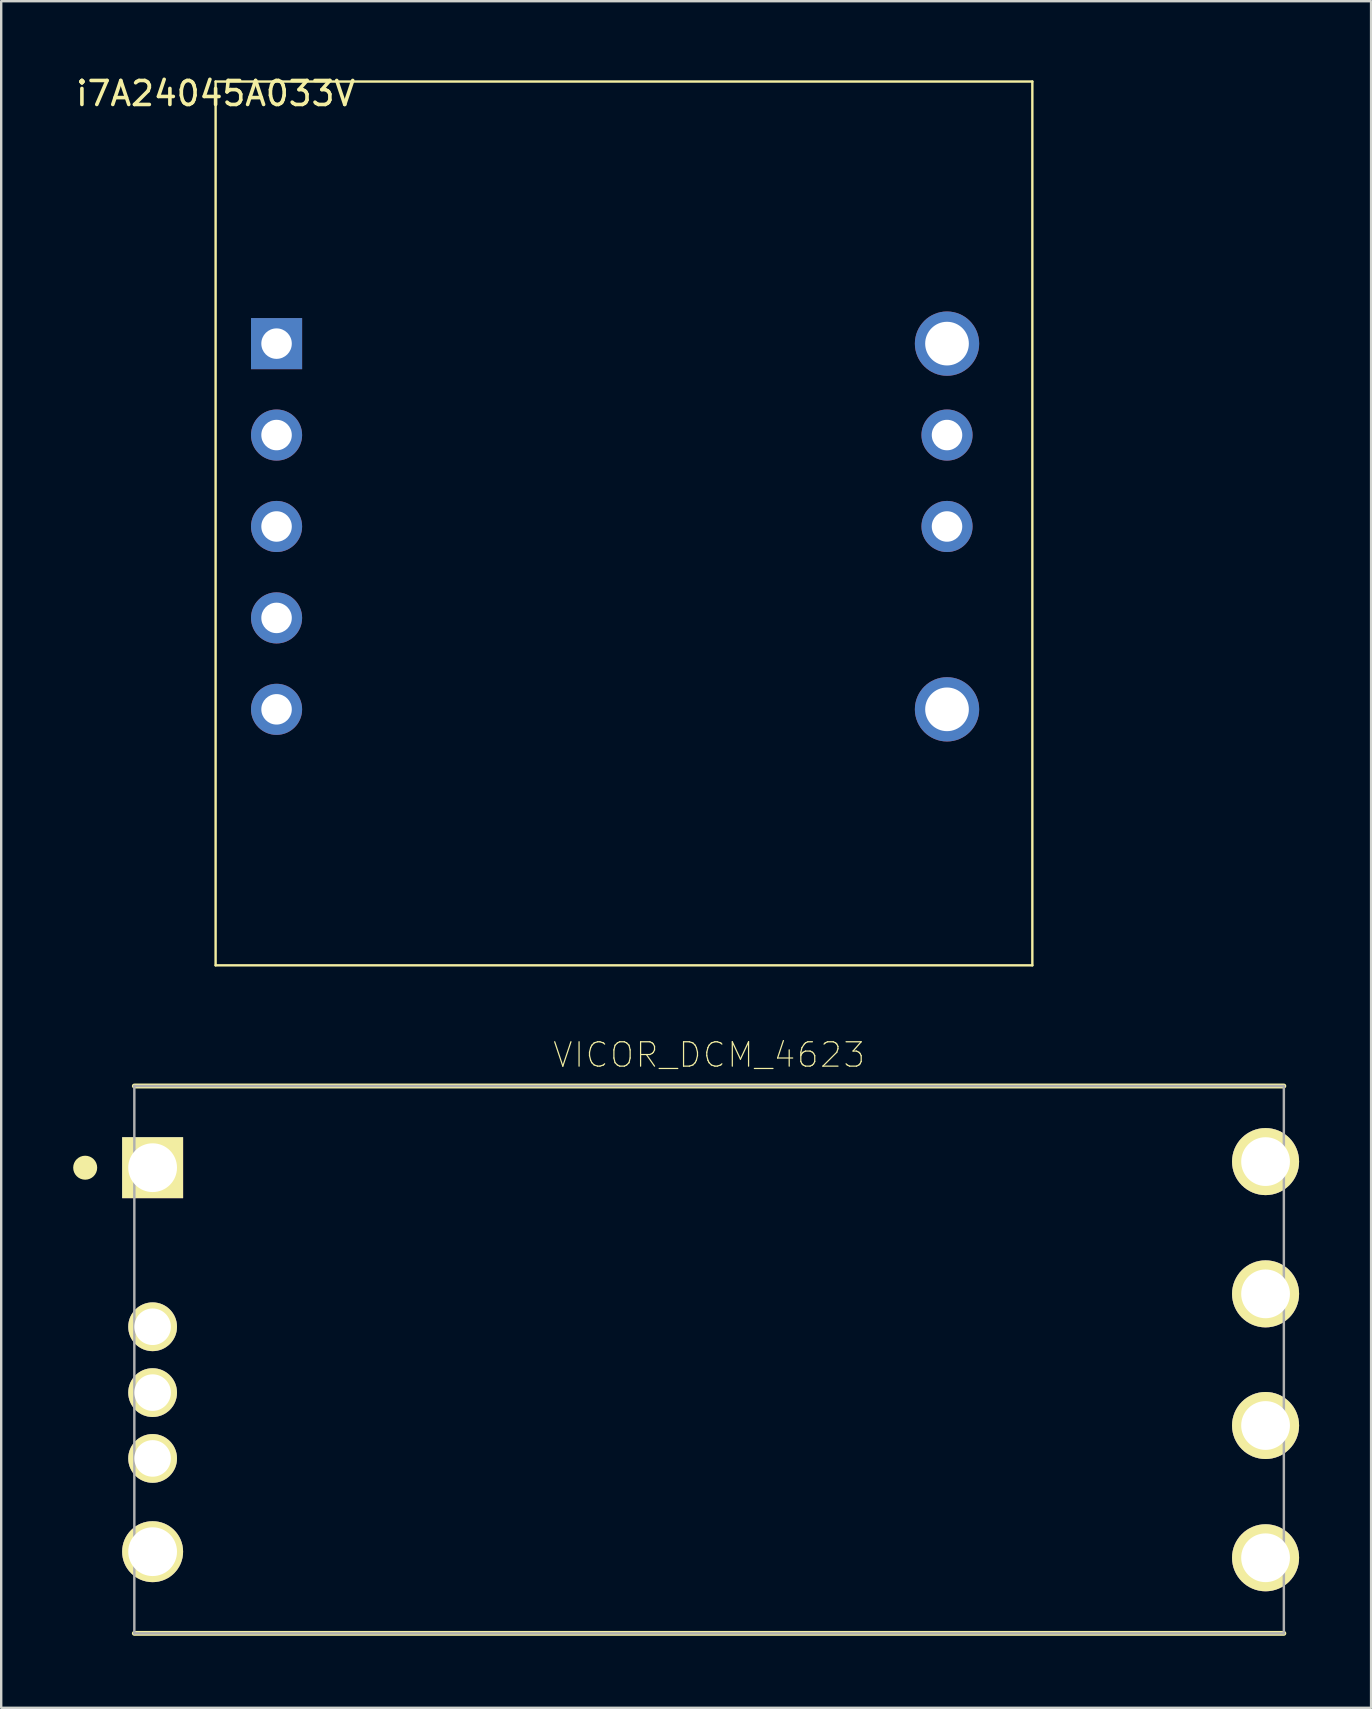
<source format=kicad_pcb>
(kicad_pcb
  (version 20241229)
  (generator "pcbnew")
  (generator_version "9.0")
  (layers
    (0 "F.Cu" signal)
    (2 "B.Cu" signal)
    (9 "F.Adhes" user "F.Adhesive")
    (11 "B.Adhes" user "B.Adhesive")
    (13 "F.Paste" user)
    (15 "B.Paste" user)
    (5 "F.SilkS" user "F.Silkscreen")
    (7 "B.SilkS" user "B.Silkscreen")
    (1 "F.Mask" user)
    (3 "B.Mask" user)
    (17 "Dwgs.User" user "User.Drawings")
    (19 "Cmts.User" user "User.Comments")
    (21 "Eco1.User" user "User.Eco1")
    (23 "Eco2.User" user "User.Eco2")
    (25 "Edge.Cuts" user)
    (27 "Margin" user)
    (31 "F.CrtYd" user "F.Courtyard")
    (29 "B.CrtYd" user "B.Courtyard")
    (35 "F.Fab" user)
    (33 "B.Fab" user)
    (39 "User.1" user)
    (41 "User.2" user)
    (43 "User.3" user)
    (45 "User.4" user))
  (footprint "VICOR_DCM_4623"
    (layer "F.Cu")
    (at 26.5 53.612)
    (property "Reference" "VICOR_DCM_4623" (at 0 -12.7 0) (layer "F.SilkS") (effects (font (size 1.016 1.016) (thickness 0.051))))
    (attr through_hole)
    (fp_line (start 23.952 -11.405) (end -23.952 -11.405) (stroke (width 0.203) (type solid)) (layer "F.SilkS"))
    (fp_line (start 23.952 11.405) (end -23.952 11.405) (stroke (width 0.203) (type solid)) (layer "F.SilkS"))
    (fp_circle (center -26 -8) (end -26 -8.25) (stroke (width 0.5) (type solid)) (fill no) (layer "F.SilkS"))
    (fp_line (start -23.952 -11.405) (end -23.952 11.405) (stroke (width 0.102) (type solid)) (layer "F.Fab"))
    (fp_line (start -23.952 -11.405) (end 23.952 -11.405) (stroke (width 0.102) (type solid)) (layer "F.Fab"))
    (fp_line (start -23.952 11.405) (end 23.952 11.405) (stroke (width 0.102) (type solid)) (layer "F.Fab"))
    (fp_line (start 23.952 -11.405) (end 23.952 11.405) (stroke (width 0.102) (type solid)) (layer "F.Fab"))
    (pad "A1" thru_hole rect (at -23.19 -8.001 180) (size 2.54 2.54) (drill 2.032) (layers "*.Cu" "*.Mask" "F.SilkS"))
    (pad "A2" thru_hole circle (at 23.19 -8.255 180) (size 2.794 2.794) (drill 2.032) (layers "*.Cu" "*.Mask" "F.SilkS"))
    (pad "B1" thru_hole circle (at -23.19 -1.372 180) (size 2.032 2.032) (drill 1.524) (layers "*.Cu" "*.Mask" "F.SilkS"))
    (pad "B2" thru_hole circle (at 23.19 -2.743 180) (size 2.794 2.794) (drill 2.032) (layers "*.Cu" "*.Mask" "F.SilkS"))
    (pad "C1" thru_hole circle (at -23.19 1.372 180) (size 2.032 2.032) (drill 1.524) (layers "*.Cu" "*.Mask" "F.SilkS"))
    (pad "C2" thru_hole circle (at 23.19 2.743 180) (size 2.794 2.794) (drill 2.032) (layers "*.Cu" "*.Mask" "F.SilkS"))
    (pad "D1" thru_hole circle (at -23.19 4.115 180) (size 2.032 2.032) (drill 1.524) (layers "*.Cu" "*.Mask" "F.SilkS"))
    (pad "D2" thru_hole circle (at 23.19 8.255 180) (size 2.794 2.794) (drill 2.032) (layers "*.Cu" "*.Mask" "F.SilkS"))
    (pad "E1" thru_hole circle (at -23.19 8.001 180) (size 2.54 2.54) (drill 2.032) (layers "*.Cu" "*.Mask" "F.SilkS")))
  (footprint "i7A24045A033V"
    (layer "F.Cu")
    (at 5.935 0.348)
    (property "Reference" "i7A24045A033V" (at 0 0.5 0) (layer "F.SilkS") (effects (font (size 1 1) (thickness 0.15))))
    (attr through_hole)
    (fp_line (start 0 0) (end 34.036 0) (stroke (width 0.1) (type solid)) (layer "F.SilkS"))
    (fp_line (start 0 36.83) (end 0 0) (stroke (width 0.1) (type solid)) (layer "F.SilkS"))
    (fp_line (start 34.036 0) (end 34.036 36.83) (stroke (width 0.1) (type solid)) (layer "F.SilkS"))
    (fp_line (start 34.036 36.83) (end 0 36.83) (stroke (width 0.1) (type solid)) (layer "F.SilkS"))
    (pad "1" thru_hole rect (at 2.54 10.922) (size 2.13 2.13) (drill 1.27) (layers "*.Cu" "*.Mask"))
    (pad "2" thru_hole circle (at 2.54 18.542) (size 2.13 2.13) (drill 1.27) (layers "*.Cu" "*.Mask"))
    (pad "3" thru_hole circle (at 2.54 26.162) (size 2.13 2.13) (drill 1.27) (layers "*.Cu" "*.Mask"))
    (pad "4" thru_hole circle (at 30.48 26.162) (size 2.68 2.68) (drill 1.82) (layers "*.Cu" "*.Mask"))
    (pad "6" thru_hole circle (at 30.48 18.542) (size 2.13 2.13) (drill 1.27) (layers "*.Cu" "*.Mask"))
    (pad "7" thru_hole circle (at 30.48 14.732) (size 2.13 2.13) (drill 1.27) (layers "*.Cu" "*.Mask"))
    (pad "8" thru_hole circle (at 30.48 10.922) (size 2.68 2.68) (drill 1.82) (layers "*.Cu" "*.Mask"))
    (pad "9" thru_hole circle (at 2.54 14.732) (size 2.13 2.13) (drill 1.27) (layers "*.Cu" "*.Mask"))
    (pad "10" thru_hole circle (at 2.54 22.352) (size 2.13 2.13) (drill 1.27) (layers "*.Cu" "*.Mask")))
  (gr_rect
    (start -3 -3)
    (end 54.087 68.118)
    (stroke (width 0.1) (type default))
    (fill no)
    (layer "Edge.Cuts")))
</source>
